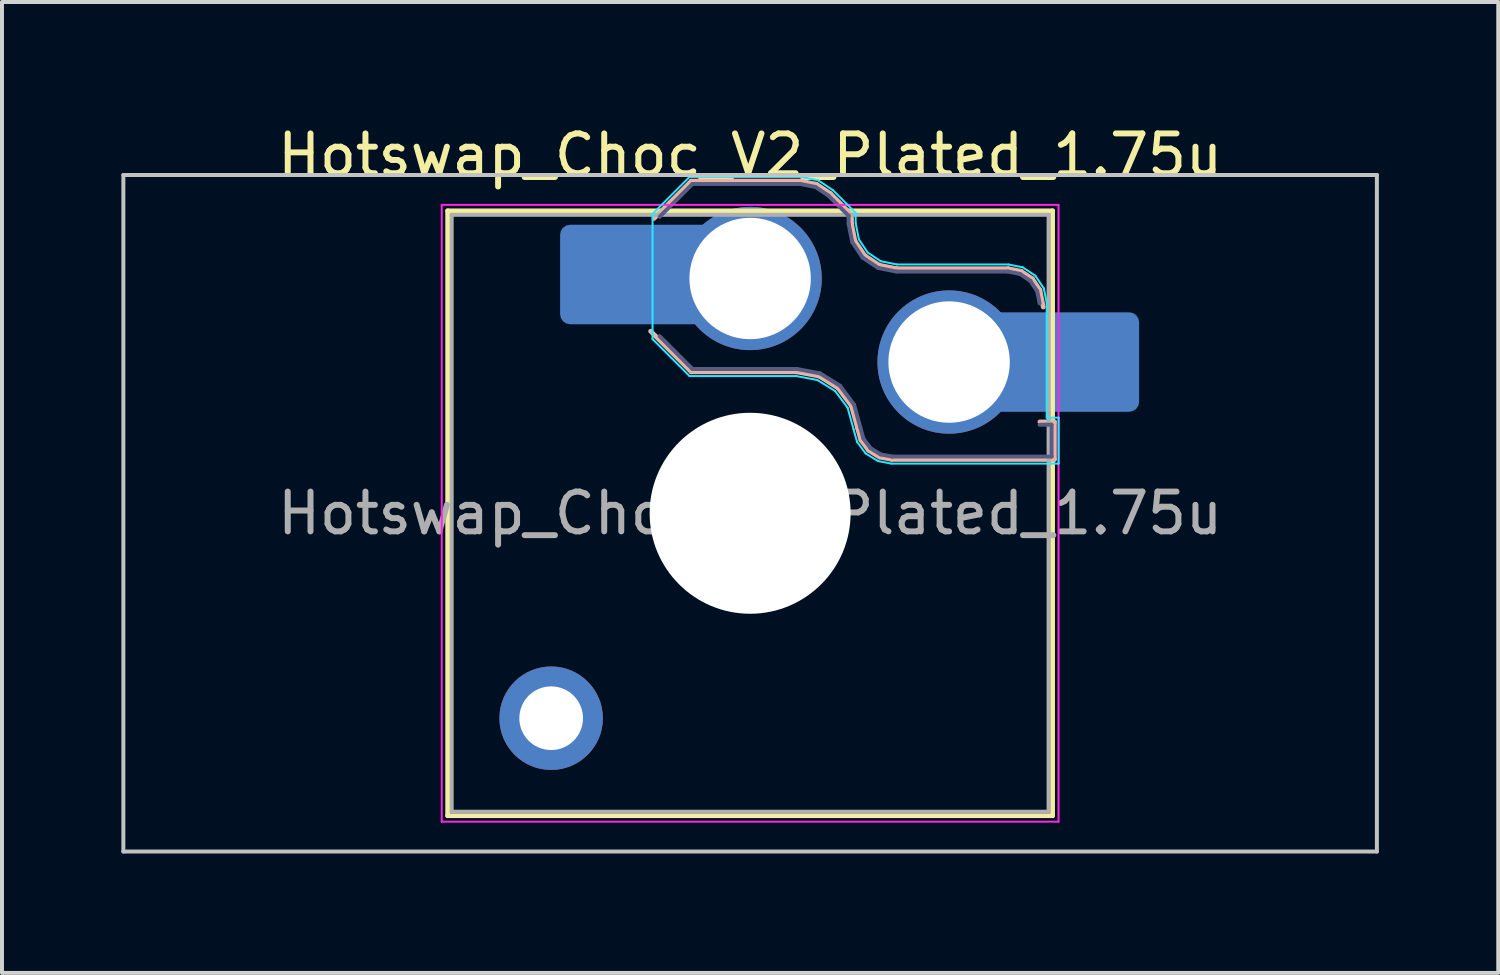
<source format=kicad_pcb>
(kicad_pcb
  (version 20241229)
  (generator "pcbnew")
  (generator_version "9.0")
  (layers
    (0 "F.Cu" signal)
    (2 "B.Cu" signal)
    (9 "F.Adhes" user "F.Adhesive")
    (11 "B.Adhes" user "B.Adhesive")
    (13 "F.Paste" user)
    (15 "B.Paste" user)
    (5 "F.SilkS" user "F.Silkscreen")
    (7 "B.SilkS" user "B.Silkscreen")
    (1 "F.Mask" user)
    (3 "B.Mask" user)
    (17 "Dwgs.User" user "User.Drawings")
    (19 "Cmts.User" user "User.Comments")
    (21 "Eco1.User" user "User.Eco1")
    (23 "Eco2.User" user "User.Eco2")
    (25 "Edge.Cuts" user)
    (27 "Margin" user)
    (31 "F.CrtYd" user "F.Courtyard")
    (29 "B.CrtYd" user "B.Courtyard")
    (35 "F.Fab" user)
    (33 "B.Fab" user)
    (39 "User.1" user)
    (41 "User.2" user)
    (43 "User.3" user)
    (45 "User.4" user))
  (footprint "Hotswap_Choc_V2_Plated_1.75u"
    (layer "F.Cu")
    (at 15.8 9.848)
    (property "Reference" "Hotswap_Choc_V2_Plated_1.75u" (at 0 -9 0) (layer "F.SilkS") (effects (font (size 1 1) (thickness 0.15))))
    (attr smd)
    (fp_line (start -7.6 -7.6) (end -7.6 7.6) (stroke (width 0.12) (type solid)) (layer "F.SilkS"))
    (fp_line (start -7.6 7.6) (end 7.6 7.6) (stroke (width 0.12) (type solid)) (layer "F.SilkS"))
    (fp_line (start 7.6 -7.6) (end -7.6 -7.6) (stroke (width 0.12) (type solid)) (layer "F.SilkS"))
    (fp_line (start 7.6 7.6) (end 7.6 -7.6) (stroke (width 0.12) (type solid)) (layer "F.SilkS"))
    (fp_line (start -2.416 -7.409) (end -1.479 -8.346) (stroke (width 0.12) (type solid)) (layer "B.SilkS"))
    (fp_line (start -1.479 -8.346) (end 1.268 -8.346) (stroke (width 0.12) (type solid)) (layer "B.SilkS"))
    (fp_line (start -1.479 -3.554) (end -2.5 -4.575) (stroke (width 0.12) (type solid)) (layer "B.SilkS"))
    (fp_line (start 1.168 -3.554) (end -1.479 -3.554) (stroke (width 0.12) (type solid)) (layer "B.SilkS"))
    (fp_line (start 1.268 -8.346) (end 1.671 -8.266) (stroke (width 0.12) (type solid)) (layer "B.SilkS"))
    (fp_line (start 1.671 -8.266) (end 2.013 -8.037) (stroke (width 0.12) (type solid)) (layer "B.SilkS"))
    (fp_line (start 1.73 -3.449) (end 1.168 -3.554) (stroke (width 0.12) (type solid)) (layer "B.SilkS"))
    (fp_line (start 2.013 -8.037) (end 2.546 -7.504) (stroke (width 0.12) (type solid)) (layer "B.SilkS"))
    (fp_line (start 2.209 -3.15) (end 1.73 -3.449) (stroke (width 0.12) (type solid)) (layer "B.SilkS"))
    (fp_line (start 2.546 -7.504) (end 2.546 -7.282) (stroke (width 0.12) (type solid)) (layer "B.SilkS"))
    (fp_line (start 2.546 -7.282) (end 2.633 -6.844) (stroke (width 0.12) (type solid)) (layer "B.SilkS"))
    (fp_line (start 2.547 -2.697) (end 2.209 -3.15) (stroke (width 0.12) (type solid)) (layer "B.SilkS"))
    (fp_line (start 2.633 -6.844) (end 2.877 -6.477) (stroke (width 0.12) (type solid)) (layer "B.SilkS"))
    (fp_line (start 2.701 -2.139) (end 2.547 -2.697) (stroke (width 0.12) (type solid)) (layer "B.SilkS"))
    (fp_line (start 2.783 -1.841) (end 2.701 -2.139) (stroke (width 0.12) (type solid)) (layer "B.SilkS"))
    (fp_line (start 2.877 -6.477) (end 3.244 -6.233) (stroke (width 0.12) (type solid)) (layer "B.SilkS"))
    (fp_line (start 2.976 -1.583) (end 2.783 -1.841) (stroke (width 0.12) (type solid)) (layer "B.SilkS"))
    (fp_line (start 3.244 -6.233) (end 3.682 -6.146) (stroke (width 0.12) (type solid)) (layer "B.SilkS"))
    (fp_line (start 3.25 -1.413) (end 2.976 -1.583) (stroke (width 0.12) (type solid)) (layer "B.SilkS"))
    (fp_line (start 3.56 -1.354) (end 3.25 -1.413) (stroke (width 0.12) (type solid)) (layer "B.SilkS"))
    (fp_line (start 3.682 -6.146) (end 6.482 -6.146) (stroke (width 0.12) (type solid)) (layer "B.SilkS"))
    (fp_line (start 6.482 -6.146) (end 6.809 -6.081) (stroke (width 0.12) (type solid)) (layer "B.SilkS"))
    (fp_line (start 6.809 -6.081) (end 7.092 -5.892) (stroke (width 0.12) (type solid)) (layer "B.SilkS"))
    (fp_line (start 7.092 -5.892) (end 7.281 -5.609) (stroke (width 0.12) (type solid)) (layer "B.SilkS"))
    (fp_line (start 7.281 -5.609) (end 7.366 -5.182) (stroke (width 0.12) (type solid)) (layer "B.SilkS"))
    (fp_line (start 7.283 -2.296) (end 7.646 -2.296) (stroke (width 0.12) (type solid)) (layer "B.SilkS"))
    (fp_line (start 7.646 -2.296) (end 7.646 -1.354) (stroke (width 0.12) (type solid)) (layer "B.SilkS"))
    (fp_line (start 7.646 -1.354) (end 3.56 -1.354) (stroke (width 0.12) (type solid)) (layer "B.SilkS"))
    (fp_line (start -15.75 -8.5) (end -15.75 8.5) (stroke (width 0.1) (type solid)) (layer "Dwgs.User"))
    (fp_line (start -15.75 8.5) (end 15.75 8.5) (stroke (width 0.1) (type solid)) (layer "Dwgs.User"))
    (fp_line (start 15.75 -8.5) (end -15.75 -8.5) (stroke (width 0.1) (type solid)) (layer "Dwgs.User"))
    (fp_line (start 15.75 8.5) (end 15.75 -8.5) (stroke (width 0.1) (type solid)) (layer "Dwgs.User"))
    (fp_line (start -7.25 -7.25) (end -7.25 7.25) (stroke (width 0.1) (type solid)) (layer "Eco1.User"))
    (fp_line (start -7.25 7.25) (end 7.25 7.25) (stroke (width 0.1) (type solid)) (layer "Eco1.User"))
    (fp_line (start 7.25 -7.25) (end -7.25 -7.25) (stroke (width 0.1) (type solid)) (layer "Eco1.User"))
    (fp_line (start 7.25 7.25) (end 7.25 -7.25) (stroke (width 0.1) (type solid)) (layer "Eco1.User"))
    (fp_line (start -2.452 -7.523) (end -1.523 -8.452) (stroke (width 0.05) (type solid)) (layer "B.CrtYd"))
    (fp_line (start -2.452 -4.377) (end -2.452 -7.523) (stroke (width 0.05) (type solid)) (layer "B.CrtYd"))
    (fp_line (start -1.523 -8.452) (end 1.278 -8.452) (stroke (width 0.05) (type solid)) (layer "B.CrtYd"))
    (fp_line (start -1.523 -3.448) (end -2.452 -4.377) (stroke (width 0.05) (type solid)) (layer "B.CrtYd"))
    (fp_line (start 1.159 -3.448) (end -1.523 -3.448) (stroke (width 0.05) (type solid)) (layer "B.CrtYd"))
    (fp_line (start 1.278 -8.452) (end 1.712 -8.366) (stroke (width 0.05) (type solid)) (layer "B.CrtYd"))
    (fp_line (start 1.691 -3.348) (end 1.159 -3.448) (stroke (width 0.05) (type solid)) (layer "B.CrtYd"))
    (fp_line (start 1.712 -8.366) (end 2.081 -8.119) (stroke (width 0.05) (type solid)) (layer "B.CrtYd"))
    (fp_line (start 2.081 -8.119) (end 2.652 -7.548) (stroke (width 0.05) (type solid)) (layer "B.CrtYd"))
    (fp_line (start 2.136 -3.071) (end 1.691 -3.348) (stroke (width 0.05) (type solid)) (layer "B.CrtYd"))
    (fp_line (start 2.45 -2.65) (end 2.136 -3.071) (stroke (width 0.05) (type solid)) (layer "B.CrtYd"))
    (fp_line (start 2.599 -2.111) (end 2.45 -2.65) (stroke (width 0.05) (type solid)) (layer "B.CrtYd"))
    (fp_line (start 2.652 -7.548) (end 2.652 -7.292) (stroke (width 0.05) (type solid)) (layer "B.CrtYd"))
    (fp_line (start 2.652 -7.292) (end 2.733 -6.885) (stroke (width 0.05) (type solid)) (layer "B.CrtYd"))
    (fp_line (start 2.687 -1.794) (end 2.599 -2.111) (stroke (width 0.05) (type solid)) (layer "B.CrtYd"))
    (fp_line (start 2.733 -6.885) (end 2.953 -6.553) (stroke (width 0.05) (type solid)) (layer "B.CrtYd"))
    (fp_line (start 2.903 -1.503) (end 2.687 -1.794) (stroke (width 0.05) (type solid)) (layer "B.CrtYd"))
    (fp_line (start 2.953 -6.553) (end 3.285 -6.333) (stroke (width 0.05) (type solid)) (layer "B.CrtYd"))
    (fp_line (start 3.211 -1.312) (end 2.903 -1.503) (stroke (width 0.05) (type solid)) (layer "B.CrtYd"))
    (fp_line (start 3.285 -6.333) (end 3.692 -6.252) (stroke (width 0.05) (type solid)) (layer "B.CrtYd"))
    (fp_line (start 3.55 -1.248) (end 3.211 -1.312) (stroke (width 0.05) (type solid)) (layer "B.CrtYd"))
    (fp_line (start 3.692 -6.252) (end 6.492 -6.252) (stroke (width 0.05) (type solid)) (layer "B.CrtYd"))
    (fp_line (start 6.492 -6.252) (end 6.85 -6.181) (stroke (width 0.05) (type solid)) (layer "B.CrtYd"))
    (fp_line (start 6.85 -6.181) (end 7.168 -5.968) (stroke (width 0.05) (type solid)) (layer "B.CrtYd"))
    (fp_line (start 7.168 -5.968) (end 7.381 -5.65) (stroke (width 0.05) (type solid)) (layer "B.CrtYd"))
    (fp_line (start 7.381 -5.65) (end 7.452 -5.292) (stroke (width 0.05) (type solid)) (layer "B.CrtYd"))
    (fp_line (start 7.452 -5.292) (end 7.452 -2.402) (stroke (width 0.05) (type solid)) (layer "B.CrtYd"))
    (fp_line (start 7.452 -2.402) (end 7.752 -2.402) (stroke (width 0.05) (type solid)) (layer "B.CrtYd"))
    (fp_line (start 7.752 -2.402) (end 7.752 -1.248) (stroke (width 0.05) (type solid)) (layer "B.CrtYd"))
    (fp_line (start 7.752 -1.248) (end 3.55 -1.248) (stroke (width 0.05) (type solid)) (layer "B.CrtYd"))
    (fp_line (start -7.75 -7.75) (end -7.75 7.75) (stroke (width 0.05) (type solid)) (layer "F.CrtYd"))
    (fp_line (start -7.75 7.75) (end 7.75 7.75) (stroke (width 0.05) (type solid)) (layer "F.CrtYd"))
    (fp_line (start 7.75 -7.75) (end -7.75 -7.75) (stroke (width 0.05) (type solid)) (layer "F.CrtYd"))
    (fp_line (start 7.75 7.75) (end 7.75 -7.75) (stroke (width 0.05) (type solid)) (layer "F.CrtYd"))
    (fp_line (start -2.275 -7.45) (end -1.45 -8.275) (stroke (width 0.1) (type solid)) (layer "B.Fab"))
    (fp_line (start -1.45 -8.275) (end 1.261 -8.275) (stroke (width 0.1) (type solid)) (layer "B.Fab"))
    (fp_line (start -1.45 -3.625) (end -2.275 -4.45) (stroke (width 0.1) (type solid)) (layer "B.Fab"))
    (fp_line (start 1.175 -3.625) (end -1.45 -3.625) (stroke (width 0.1) (type solid)) (layer "B.Fab"))
    (fp_line (start 1.261 -8.275) (end 1.643 -8.199) (stroke (width 0.1) (type solid)) (layer "B.Fab"))
    (fp_line (start 1.643 -8.199) (end 1.968 -7.982) (stroke (width 0.1) (type solid)) (layer "B.Fab"))
    (fp_line (start 1.756 -3.516) (end 1.175 -3.625) (stroke (width 0.1) (type solid)) (layer "B.Fab"))
    (fp_line (start 1.968 -7.982) (end 2.475 -7.475) (stroke (width 0.1) (type solid)) (layer "B.Fab"))
    (fp_line (start 2.258 -3.203) (end 1.756 -3.516) (stroke (width 0.1) (type solid)) (layer "B.Fab"))
    (fp_line (start 2.475 -7.475) (end 2.475 -7.275) (stroke (width 0.1) (type solid)) (layer "B.Fab"))
    (fp_line (start 2.475 -7.275) (end 2.566 -6.816) (stroke (width 0.1) (type solid)) (layer "B.Fab"))
    (fp_line (start 2.566 -6.816) (end 2.826 -6.426) (stroke (width 0.1) (type solid)) (layer "B.Fab"))
    (fp_line (start 2.612 -2.729) (end 2.258 -3.203) (stroke (width 0.1) (type solid)) (layer "B.Fab"))
    (fp_line (start 2.769 -2.158) (end 2.612 -2.729) (stroke (width 0.1) (type solid)) (layer "B.Fab"))
    (fp_line (start 2.826 -6.426) (end 3.216 -6.166) (stroke (width 0.1) (type solid)) (layer "B.Fab"))
    (fp_line (start 2.848 -1.873) (end 2.769 -2.158) (stroke (width 0.1) (type solid)) (layer "B.Fab"))
    (fp_line (start 3.025 -1.636) (end 2.848 -1.873) (stroke (width 0.1) (type solid)) (layer "B.Fab"))
    (fp_line (start 3.216 -6.166) (end 3.675 -6.075) (stroke (width 0.1) (type solid)) (layer "B.Fab"))
    (fp_line (start 3.276 -1.48) (end 3.025 -1.636) (stroke (width 0.1) (type solid)) (layer "B.Fab"))
    (fp_line (start 3.567 -1.425) (end 3.276 -1.48) (stroke (width 0.1) (type solid)) (layer "B.Fab"))
    (fp_line (start 3.675 -6.075) (end 6.475 -6.075) (stroke (width 0.1) (type solid)) (layer "B.Fab"))
    (fp_line (start 6.475 -6.075) (end 6.781 -6.014) (stroke (width 0.1) (type solid)) (layer "B.Fab"))
    (fp_line (start 6.781 -6.014) (end 7.041 -5.841) (stroke (width 0.1) (type solid)) (layer "B.Fab"))
    (fp_line (start 7.041 -5.841) (end 7.214 -5.581) (stroke (width 0.1) (type solid)) (layer "B.Fab"))
    (fp_line (start 7.214 -5.581) (end 7.275 -5.275) (stroke (width 0.1) (type solid)) (layer "B.Fab"))
    (fp_line (start 7.275 -2.225) (end 7.575 -2.225) (stroke (width 0.1) (type solid)) (layer "B.Fab"))
    (fp_line (start 7.575 -2.225) (end 7.575 -1.425) (stroke (width 0.1) (type solid)) (layer "B.Fab"))
    (fp_line (start 7.575 -1.425) (end 3.567 -1.425) (stroke (width 0.1) (type solid)) (layer "B.Fab"))
    (fp_line (start -7.5 -7.5) (end -7.5 7.5) (stroke (width 0.1) (type solid)) (layer "F.Fab"))
    (fp_line (start -7.5 7.5) (end 7.5 7.5) (stroke (width 0.1) (type solid)) (layer "F.Fab"))
    (fp_line (start 7.5 -7.5) (end -7.5 -7.5) (stroke (width 0.1) (type solid)) (layer "F.Fab"))
    (fp_line (start 7.5 7.5) (end 7.5 -7.5) (stroke (width 0.1) (type solid)) (layer "F.Fab"))
    (fp_text user "${REFERENCE}" (at 0 0 0) (layer "F.Fab") (effects (font (size 1 1) (thickness 0.15))))
    (pad "" thru_hole circle (at -5 5.15) (size 2.6 2.6) (drill 1.6) (layers "*.Cu" "*.Mask"))
    (pad "" smd roundrect (at -3.5 -6) (size 2.55 2.5) (layers "B.Mask" "B.Paste") (roundrect_rratio 0.1))
    (pad "" np_thru_hole circle (at 0 0) (size 5.05 5.05) (drill 5.05) (layers "*.Cu" "*.Mask"))
    (pad "" smd roundrect (at 8.5 -3.8) (size 2.55 2.5) (layers "B.Mask" "B.Paste") (roundrect_rratio 0.1))
    (pad "1" smd roundrect (at -2.85 -6) (size 3.85 2.5) (layers "B.Cu") (roundrect_rratio 0.1))
    (pad "1" thru_hole circle (at 0 -5.9) (size 3.6 3.6) (drill 3.05) (layers "*.Cu" "*.Mask"))
    (pad "2" thru_hole circle (at 5 -3.8) (size 3.6 3.6) (drill 3.05) (layers "*.Cu" "*.Mask"))
    (pad "2" smd roundrect (at 7.85 -3.8) (size 3.85 2.5) (layers "B.Cu") (roundrect_rratio 0.1)))
  (gr_rect
    (start -3 -3)
    (end 34.6 21.398)
    (stroke (width 0.1) (type default))
    (fill no)
    (layer "Edge.Cuts")))
</source>
